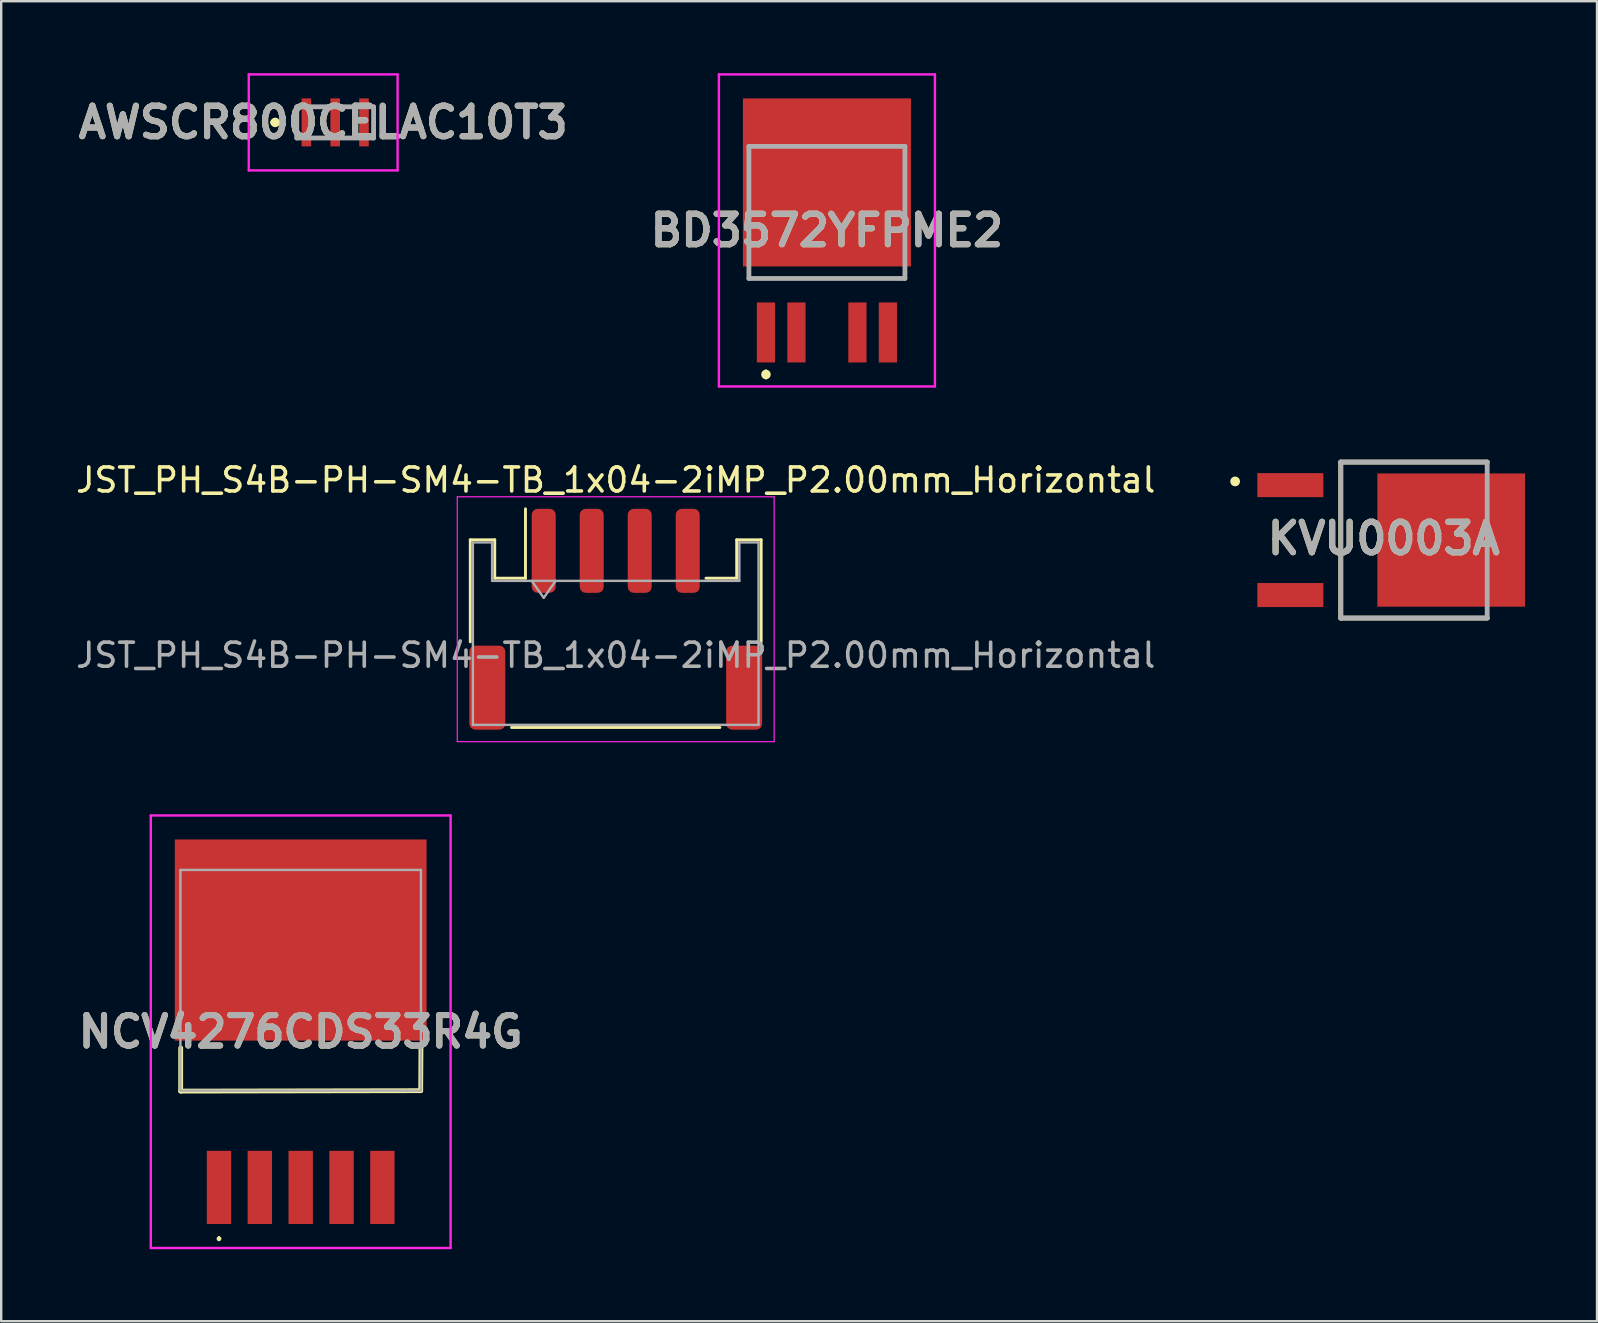
<source format=kicad_pcb>
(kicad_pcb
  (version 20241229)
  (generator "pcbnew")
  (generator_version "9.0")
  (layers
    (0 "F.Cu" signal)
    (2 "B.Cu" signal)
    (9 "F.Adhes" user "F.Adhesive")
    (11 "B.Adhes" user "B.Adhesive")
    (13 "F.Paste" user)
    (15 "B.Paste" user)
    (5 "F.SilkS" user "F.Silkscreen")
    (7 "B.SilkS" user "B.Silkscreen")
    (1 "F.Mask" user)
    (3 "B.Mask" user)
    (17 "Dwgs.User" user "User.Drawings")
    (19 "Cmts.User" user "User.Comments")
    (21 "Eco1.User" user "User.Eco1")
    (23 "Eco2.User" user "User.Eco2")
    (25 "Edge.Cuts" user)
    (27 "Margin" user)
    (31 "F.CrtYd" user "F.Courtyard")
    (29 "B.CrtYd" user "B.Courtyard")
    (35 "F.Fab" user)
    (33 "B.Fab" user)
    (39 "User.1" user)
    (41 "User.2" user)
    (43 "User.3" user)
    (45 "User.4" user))
  (footprint "JST_PH_S4B-PH-SM4-TB_1x04-2iMP_P2.00mm_Horizontal"
    (layer "F.Cu")
    (at 22.601 22.748)
    (property "Reference" "JST_PH_S4B-PH-SM4-TB_1x04-2iMP_P2.00mm_Horizontal" (at 0 -5.8 0) (layer "F.SilkS") (effects (font (size 1 1) (thickness 0.15))))
    (attr smd)
    (fp_line (start -6.06 -3.31) (end -5.04 -3.31) (stroke (width 0.12) (type solid)) (layer "F.SilkS"))
    (fp_line (start -6.06 0.94) (end -6.06 -3.31) (stroke (width 0.12) (type solid)) (layer "F.SilkS"))
    (fp_line (start -5.04 -3.31) (end -5.04 -1.71) (stroke (width 0.12) (type solid)) (layer "F.SilkS"))
    (fp_line (start -5.04 -1.71) (end -3.76 -1.71) (stroke (width 0.12) (type solid)) (layer "F.SilkS"))
    (fp_line (start -4.34 4.51) (end 4.34 4.51) (stroke (width 0.12) (type solid)) (layer "F.SilkS"))
    (fp_line (start -3.76 -1.71) (end -3.76 -4.6) (stroke (width 0.12) (type solid)) (layer "F.SilkS"))
    (fp_line (start 5.04 -3.31) (end 5.04 -1.71) (stroke (width 0.12) (type solid)) (layer "F.SilkS"))
    (fp_line (start 5.04 -1.71) (end 3.76 -1.71) (stroke (width 0.12) (type solid)) (layer "F.SilkS"))
    (fp_line (start 6.06 -3.31) (end 5.04 -3.31) (stroke (width 0.12) (type solid)) (layer "F.SilkS"))
    (fp_line (start 6.06 0.94) (end 6.06 -3.31) (stroke (width 0.12) (type solid)) (layer "F.SilkS"))
    (fp_line (start -6.6 -5.1) (end -6.6 5.1) (stroke (width 0.05) (type solid)) (layer "F.CrtYd"))
    (fp_line (start -6.6 5.1) (end 6.6 5.1) (stroke (width 0.05) (type solid)) (layer "F.CrtYd"))
    (fp_line (start 6.6 -5.1) (end -6.6 -5.1) (stroke (width 0.05) (type solid)) (layer "F.CrtYd"))
    (fp_line (start 6.6 5.1) (end 6.6 -5.1) (stroke (width 0.05) (type solid)) (layer "F.CrtYd"))
    (fp_line (start -5.95 -3.2) (end -5.95 4.4) (stroke (width 0.1) (type solid)) (layer "F.Fab"))
    (fp_line (start -5.95 -3.2) (end -5.15 -3.2) (stroke (width 0.1) (type solid)) (layer "F.Fab"))
    (fp_line (start -5.95 4.4) (end 5.95 4.4) (stroke (width 0.1) (type solid)) (layer "F.Fab"))
    (fp_line (start -5.15 -3.2) (end -5.15 -1.6) (stroke (width 0.1) (type solid)) (layer "F.Fab"))
    (fp_line (start -5.15 -1.6) (end 5.15 -1.6) (stroke (width 0.1) (type solid)) (layer "F.Fab"))
    (fp_line (start -3.5 -1.6) (end -3 -0.893) (stroke (width 0.1) (type solid)) (layer "F.Fab"))
    (fp_line (start -3 -0.893) (end -2.5 -1.6) (stroke (width 0.1) (type solid)) (layer "F.Fab"))
    (fp_line (start 5.15 -3.2) (end 5.95 -3.2) (stroke (width 0.1) (type solid)) (layer "F.Fab"))
    (fp_line (start 5.15 -1.6) (end 5.15 -3.2) (stroke (width 0.1) (type solid)) (layer "F.Fab"))
    (fp_line (start 5.95 -3.2) (end 5.95 4.4) (stroke (width 0.1) (type solid)) (layer "F.Fab"))
    (fp_text user "${REFERENCE}" (at 0 1.5 0) (layer "F.Fab") (effects (font (size 1 1) (thickness 0.15))))
    (pad "1" smd roundrect (at -3 -2.85) (size 1 3.5) (layers "F.Cu" "F.Mask" "F.Paste") (roundrect_rratio 0.25))
    (pad "2" smd roundrect (at -1 -2.85) (size 1 3.5) (layers "F.Cu" "F.Mask" "F.Paste") (roundrect_rratio 0.25))
    (pad "3" smd roundrect (at 1 -2.85) (size 1 3.5) (layers "F.Cu" "F.Mask" "F.Paste") (roundrect_rratio 0.25))
    (pad "4" smd roundrect (at 3 -2.85) (size 1 3.5) (layers "F.Cu" "F.Mask" "F.Paste") (roundrect_rratio 0.25))
    (pad "MP1" smd roundrect (at -5.35 2.85) (size 1.5 3.5) (layers "F.Cu" "F.Mask" "F.Paste") (roundrect_rratio 0.167))
    (pad "MP2" smd roundrect (at 5.35 2.85) (size 1.5 3.5) (layers "F.Cu" "F.Mask" "F.Paste") (roundrect_rratio 0.167)))
  (footprint "AWSCR800CELAC10T3"
    (layer "F.Cu")
    (at 10.914 2.05)
    (property "Reference" "AWSCR800CELAC10T3" (at -0.5 0 0) (layer "F.SilkS") (effects (font (size 1.27 1.27) (thickness 0.254))))
    (attr smd)
    (fp_line (start -2.6 0) (end -2.6 0) (stroke (width 0.2) (type solid)) (layer "F.SilkS"))
    (fp_line (start -2.4 0) (end -2.4 0) (stroke (width 0.2) (type solid)) (layer "F.SilkS"))
    (fp_arc (start -2.6 0) (mid -2.5 -0.1) (end -2.4 0) (stroke (width 0.2) (type solid)) (layer "F.SilkS"))
    (fp_arc (start -2.4 0) (mid -2.5 0.1) (end -2.6 0) (stroke (width 0.2) (type solid)) (layer "F.SilkS"))
    (fp_line (start -3.6 -2) (end 2.6 -2) (stroke (width 0.1) (type solid)) (layer "F.CrtYd"))
    (fp_line (start -3.6 2) (end -3.6 -2) (stroke (width 0.1) (type solid)) (layer "F.CrtYd"))
    (fp_line (start 2.6 -2) (end 2.6 2) (stroke (width 0.1) (type solid)) (layer "F.CrtYd"))
    (fp_line (start 2.6 2) (end -3.6 2) (stroke (width 0.1) (type solid)) (layer "F.CrtYd"))
    (fp_line (start -1.6 -0.65) (end 1.6 -0.65) (stroke (width 0.2) (type solid)) (layer "F.Fab"))
    (fp_line (start -1.6 0.65) (end -1.6 -0.65) (stroke (width 0.2) (type solid)) (layer "F.Fab"))
    (fp_line (start 1.6 -0.65) (end 1.6 0.65) (stroke (width 0.2) (type solid)) (layer "F.Fab"))
    (fp_line (start 1.6 0.65) (end -1.6 0.65) (stroke (width 0.2) (type solid)) (layer "F.Fab"))
    (fp_text user "${REFERENCE}" (at -0.5 0 0) (layer "F.Fab") (effects (font (size 1.27 1.27) (thickness 0.254))))
    (pad "1" smd rect (at -1.2 0) (size 0.4 2) (layers "F.Cu" "F.Mask" "F.Paste"))
    (pad "2" smd rect (at 0 0) (size 0.4 2) (layers "F.Cu" "F.Mask" "F.Paste"))
    (pad "3" smd rect (at 1.2 0) (size 0.4 2) (layers "F.Cu" "F.Mask" "F.Paste")))
  (footprint "NCV4276CDS33R4G"
    (layer "F.Cu")
    (at 9.477 39.933)
    (property "Reference" "NCV4276CDS33R4G" (at 0 0 0) (layer "F.SilkS") (effects (font (size 1.27 1.27) (thickness 0.254))))
    (attr smd)
    (fp_line (start -5 2.473) (end -5 0.673) (stroke (width 0.2) (type solid)) (layer "F.SilkS"))
    (fp_line (start -3.404 8.573) (end -3.404 8.573) (stroke (width 0.1) (type solid)) (layer "F.SilkS"))
    (fp_line (start -3.404 8.673) (end -3.404 8.673) (stroke (width 0.1) (type solid)) (layer "F.SilkS"))
    (fp_line (start 5 2.455) (end -5 2.473) (stroke (width 0.2) (type solid)) (layer "F.SilkS"))
    (fp_line (start 5.01 0.673) (end 5 2.455) (stroke (width 0.2) (type solid)) (layer "F.SilkS"))
    (fp_arc (start -3.404 8.573) (mid -3.354 8.623) (end -3.404 8.673) (stroke (width 0.1) (type solid)) (layer "F.SilkS"))
    (fp_arc (start -3.404 8.673) (mid -3.454 8.623) (end -3.404 8.573) (stroke (width 0.1) (type solid)) (layer "F.SilkS"))
    (fp_line (start -6.245 -9.01) (end 6.245 -9.01) (stroke (width 0.1) (type solid)) (layer "F.CrtYd"))
    (fp_line (start -6.245 9.01) (end -6.245 -9.01) (stroke (width 0.1) (type solid)) (layer "F.CrtYd"))
    (fp_line (start 6.245 -9.01) (end 6.245 9.01) (stroke (width 0.1) (type solid)) (layer "F.CrtYd"))
    (fp_line (start 6.245 9.01) (end -6.245 9.01) (stroke (width 0.1) (type solid)) (layer "F.CrtYd"))
    (fp_line (start -5.01 -6.74) (end 5.01 -6.74) (stroke (width 0.1) (type solid)) (layer "F.Fab"))
    (fp_line (start -5.01 2.455) (end -5.01 -6.74) (stroke (width 0.1) (type solid)) (layer "F.Fab"))
    (fp_line (start 5.01 -6.74) (end 5.01 2.455) (stroke (width 0.1) (type solid)) (layer "F.Fab"))
    (fp_line (start 5.01 2.455) (end -5.01 2.455) (stroke (width 0.1) (type solid)) (layer "F.Fab"))
    (fp_text user "${REFERENCE}" (at 0 0 0) (layer "F.Fab") (effects (font (size 1.27 1.27) (thickness 0.254))))
    (pad "1" smd rect (at -3.404 6.485) (size 1.016 3.05) (layers "F.Cu" "F.Mask" "F.Paste"))
    (pad "2" smd rect (at -1.702 6.485) (size 1.016 3.05) (layers "F.Cu" "F.Mask" "F.Paste"))
    (pad "3" smd rect (at 0 6.485) (size 1.016 3.05) (layers "F.Cu" "F.Mask" "F.Paste"))
    (pad "4" smd rect (at 1.702 6.485) (size 1.016 3.05) (layers "F.Cu" "F.Mask" "F.Paste"))
    (pad "5" smd rect (at 3.404 6.485) (size 1.016 3.05) (layers "F.Cu" "F.Mask" "F.Paste"))
    (pad "6" smd rect (at 0 -3.82 90) (size 8.38 10.49) (layers "F.Cu" "F.Mask" "F.Paste")))
  (footprint "BD3572YFPME2"
    (layer "F.Cu")
    (at 31.4 12.05)
    (property "Reference" "BD3572YFPME2" (at 0 -5.5 0) (layer "F.SilkS") (effects (font (size 1.27 1.27) (thickness 0.254))))
    (attr smd)
    (fp_line (start -3.25 -3.5) (end 3.25 -3.5) (stroke (width 0.1) (type solid)) (layer "F.SilkS"))
    (fp_line (start -2.54 0.4) (end -2.54 0.4) (stroke (width 0.2) (type solid)) (layer "F.SilkS"))
    (fp_line (start -2.54 0.6) (end -2.54 0.6) (stroke (width 0.2) (type solid)) (layer "F.SilkS"))
    (fp_arc (start -2.54 0.4) (mid -2.44 0.5) (end -2.54 0.6) (stroke (width 0.2) (type solid)) (layer "F.SilkS"))
    (fp_arc (start -2.54 0.6) (mid -2.64 0.5) (end -2.54 0.4) (stroke (width 0.2) (type solid)) (layer "F.SilkS"))
    (fp_line (start -4.5 -12) (end 4.5 -12) (stroke (width 0.1) (type solid)) (layer "F.CrtYd"))
    (fp_line (start -4.5 1) (end -4.5 -12) (stroke (width 0.1) (type solid)) (layer "F.CrtYd"))
    (fp_line (start 4.5 -12) (end 4.5 1) (stroke (width 0.1) (type solid)) (layer "F.CrtYd"))
    (fp_line (start 4.5 1) (end -4.5 1) (stroke (width 0.1) (type solid)) (layer "F.CrtYd"))
    (fp_line (start -3.25 -9) (end 3.25 -9) (stroke (width 0.2) (type solid)) (layer "F.Fab"))
    (fp_line (start -3.25 -3.5) (end -3.25 -9) (stroke (width 0.2) (type solid)) (layer "F.Fab"))
    (fp_line (start 3.25 -9) (end 3.25 -3.5) (stroke (width 0.2) (type solid)) (layer "F.Fab"))
    (fp_line (start 3.25 -3.5) (end -3.25 -3.5) (stroke (width 0.2) (type solid)) (layer "F.Fab"))
    (fp_text user "${REFERENCE}" (at 0 -5.5 0) (layer "F.Fab") (effects (font (size 1.27 1.27) (thickness 0.254))))
    (pad "1" smd rect (at -2.54 -1.25) (size 0.76 2.5) (layers "F.Cu" "F.Mask" "F.Paste"))
    (pad "2" smd rect (at -1.27 -1.25) (size 0.76 2.5) (layers "F.Cu" "F.Mask" "F.Paste"))
    (pad "3" smd rect (at 0 -7.5) (size 7 7) (layers "F.Cu" "F.Mask" "F.Paste"))
    (pad "4" smd rect (at 1.27 -1.25) (size 0.76 2.5) (layers "F.Cu" "F.Mask" "F.Paste"))
    (pad "5" smd rect (at 2.54 -1.25) (size 0.76 2.5) (layers "F.Cu" "F.Mask" "F.Paste")))
  (footprint "KVU0003A"
    (layer "F.Cu")
    (at 58.907 19.45)
    (property "Reference" "KVU0003A" (at -4.31 -0.067 0) (layer "F.SilkS") (effects (font (size 1.27 1.27) (thickness 0.254))))
    (attr smd)
    (fp_line (start -6.1 -3.25) (end -6.1 3.25) (stroke (width 0.2) (type solid)) (layer "F.SilkS"))
    (fp_line (start -6.1 3.25) (end 0 3.25) (stroke (width 0.2) (type solid)) (layer "F.SilkS"))
    (fp_line (start 0 -3.25) (end -6.1 -3.25) (stroke (width 0.2) (type solid)) (layer "F.SilkS"))
    (fp_circle (center -10.501 -2.444) (end -10.501 -2.34) (stroke (width 0.2) (type solid)) (fill no) (layer "F.SilkS"))
    (fp_line (start -6.1 -3.25) (end 0 -3.25) (stroke (width 0.2) (type solid)) (layer "F.Fab"))
    (fp_line (start -6.1 3.25) (end -6.1 -3.25) (stroke (width 0.2) (type solid)) (layer "F.Fab"))
    (fp_line (start 0 -3.25) (end 0 3.25) (stroke (width 0.2) (type solid)) (layer "F.Fab"))
    (fp_line (start 0 3.25) (end -6.1 3.25) (stroke (width 0.2) (type solid)) (layer "F.Fab"))
    (fp_text user "${REFERENCE}" (at -4.31 -0.067 0) (layer "F.Fab") (effects (font (size 1.27 1.27) (thickness 0.254))))
    (pad "1" smd rect (at -8.2 -2.29 90) (size 1 2.75) (layers "F.Cu" "F.Mask" "F.Paste"))
    (pad "2" smd rect (at -8.2 2.29 90) (size 1 2.75) (layers "F.Cu" "F.Mask" "F.Paste"))
    (pad "3" smd rect (at -1.5 0 90) (size 5.55 6.15) (layers "F.Cu" "F.Mask" "F.Paste")))
  (gr_rect
    (start -3 -3)
    (end 63.482 51.993)
    (stroke (width 0.1) (type default))
    (fill no)
    (layer "Edge.Cuts")))
</source>
